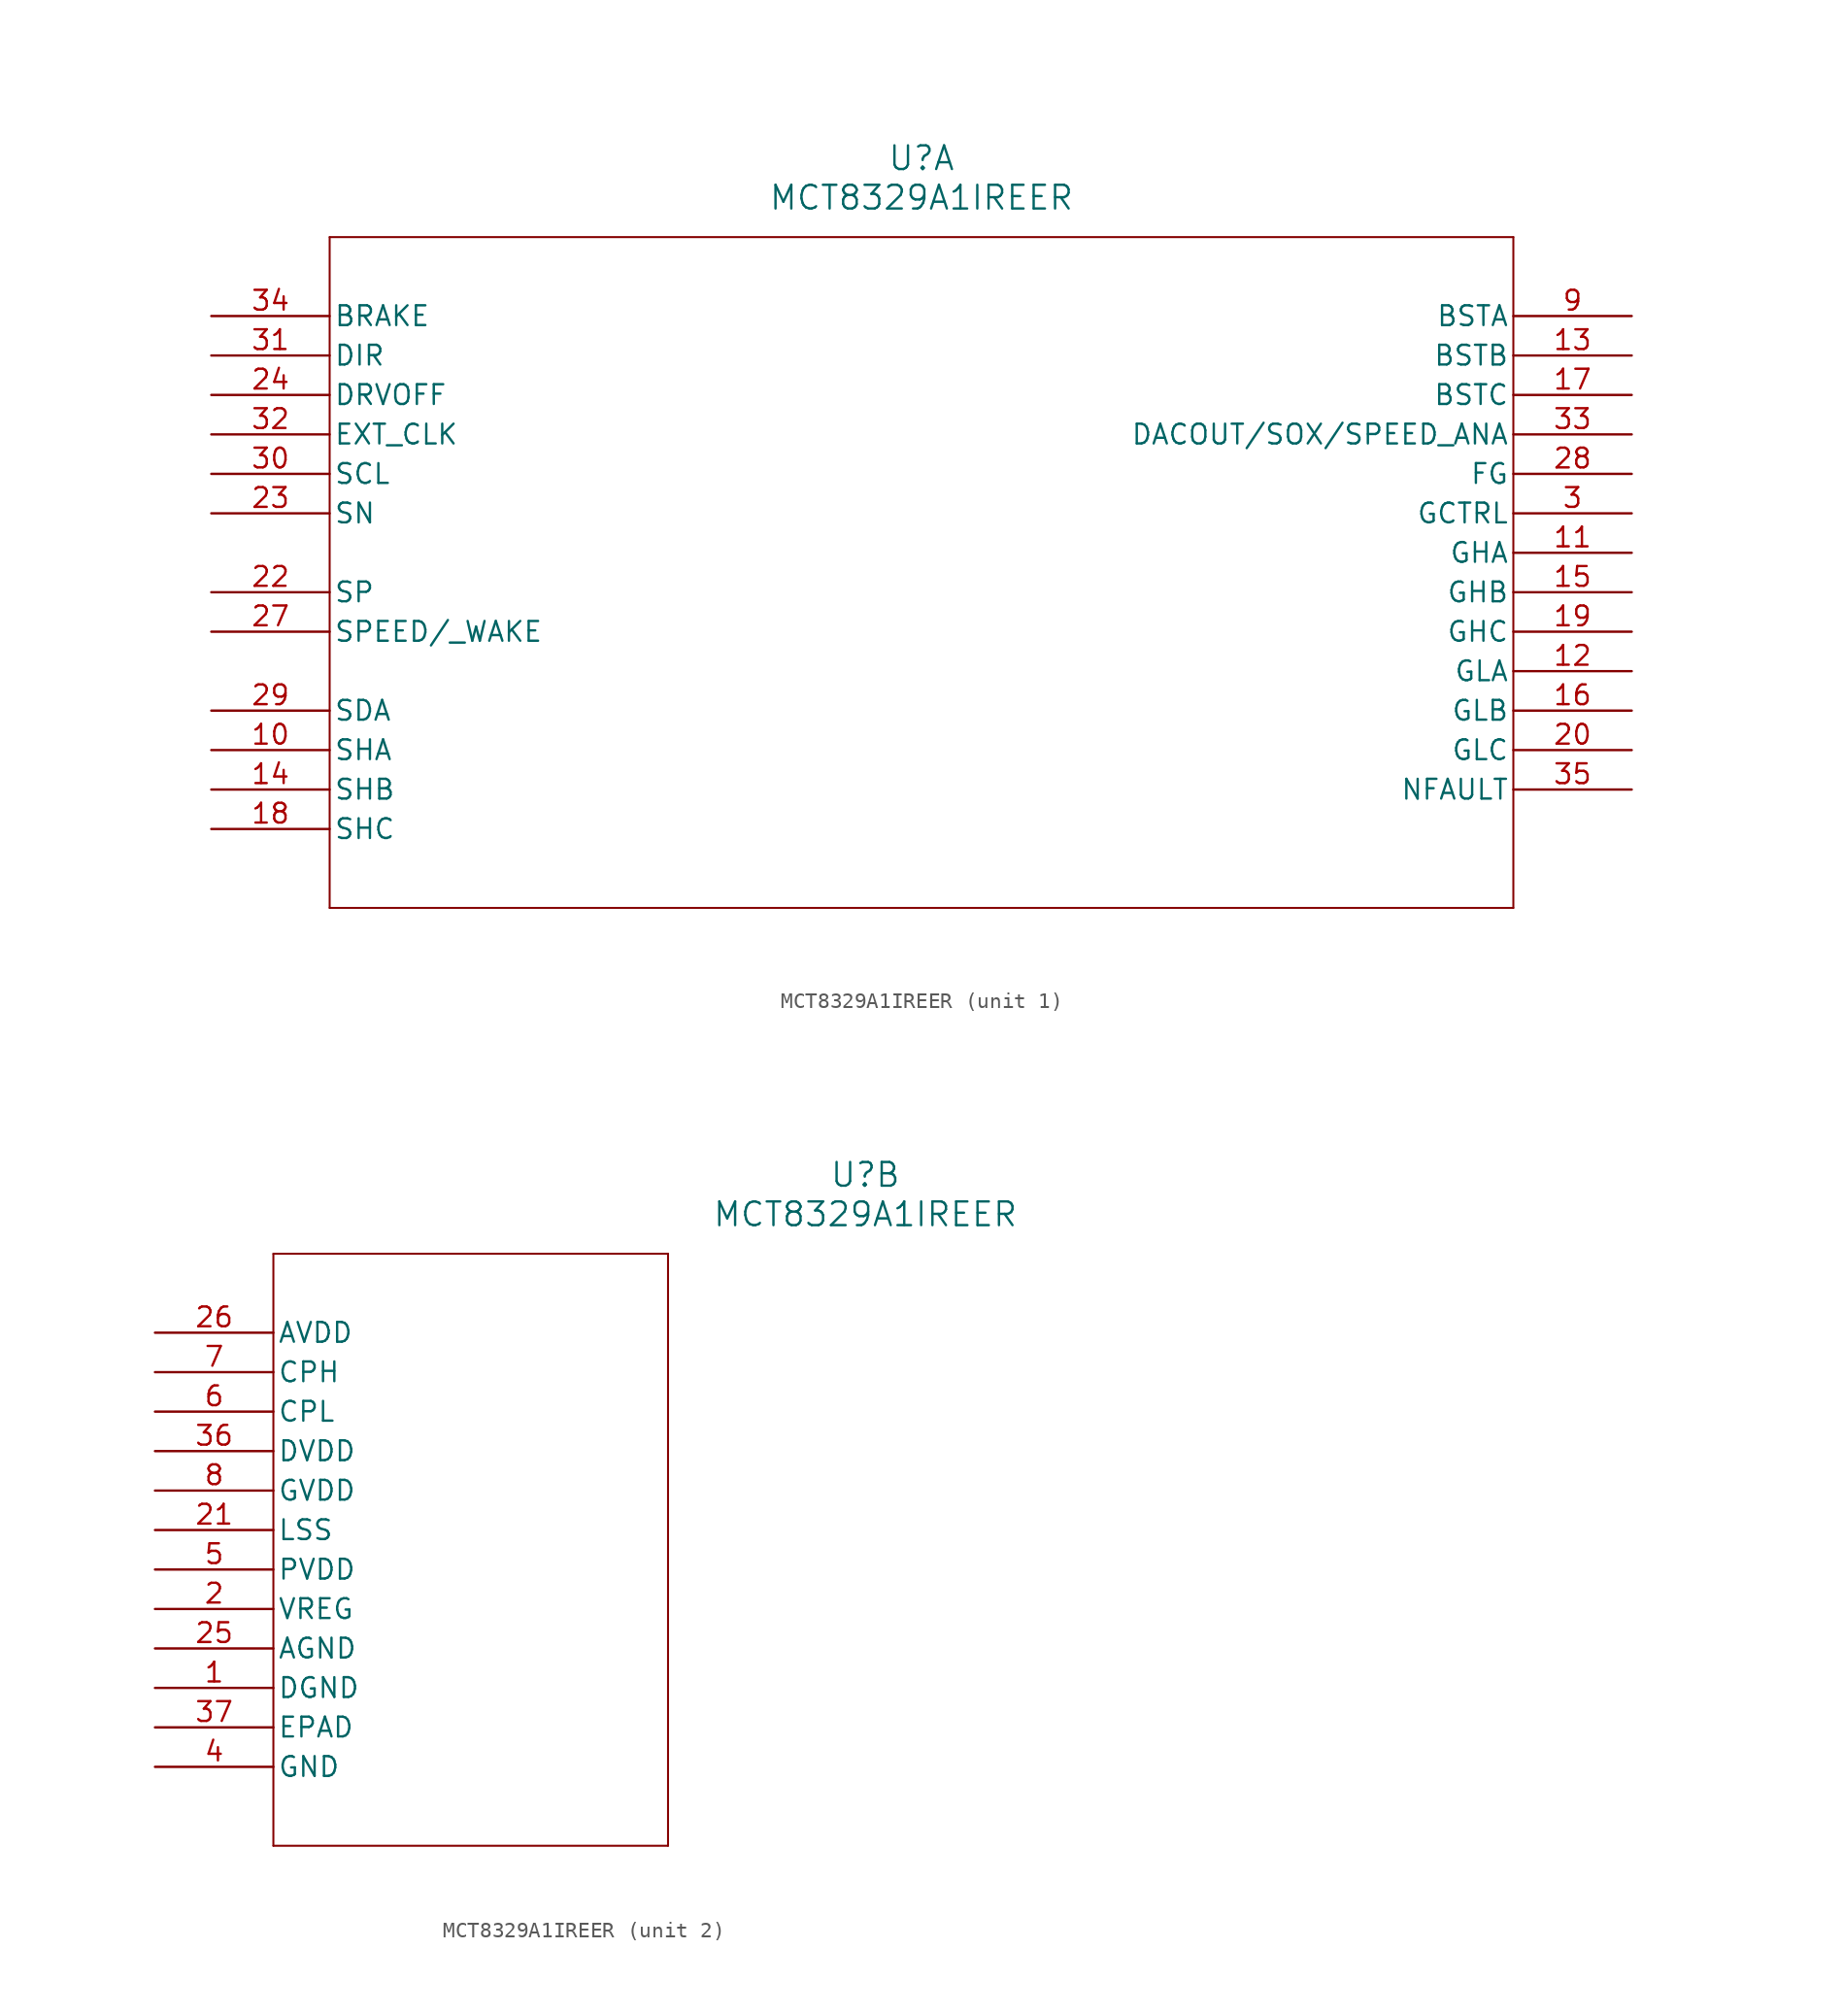
<source format=kicad_sym>
(kicad_symbol_lib
  (version 20211014)
  (generator kicad_symbol_editor)
  (symbol "MCT8329A1IREER"
    (pin_names
      (offset 0.254))
    (property "Reference" "U"
      (at 45.72 10.16 0)
      (effects (font (size 1.524 1.524))))
    (property "Value" "MCT8329A1IREER"
      (at 45.72 7.62 0)
      (effects (font (size 1.524 1.524))))
    (symbol "MCT8329A1IREER_1_1"
      (polyline (pts (xy 7.62 5.08) (xy 7.62 -38.1)) (stroke (width 0.127) (type default) (color 0 0 0 0)) (fill (type none)))
      (polyline (pts (xy 7.62 -38.1) (xy 83.82 -38.1)) (stroke (width 0.127) (type default) (color 0 0 0 0)) (fill (type none)))
      (polyline (pts (xy 83.82 -38.1) (xy 83.82 5.08)) (stroke (width 0.127) (type default) (color 0 0 0 0)) (fill (type none)))
      (polyline (pts (xy 83.82 5.08) (xy 7.62 5.08)) (stroke (width 0.127) (type default) (color 0 0 0 0)) (fill (type none)))
      (pin output line (at 91.44 -12.7 180) (length 7.62) (name "GCTRL" (effects (font (size 1.27 1.27)))) (number "3" (effects (font (size 1.27 1.27)))))
      (pin output line (at 91.44 0 180) (length 7.62) (name "BSTA" (effects (font (size 1.27 1.27)))) (number "9" (effects (font (size 1.27 1.27)))))
      (pin bidirectional line (at 0 -27.94 0) (length 7.62) (name "SHA" (effects (font (size 1.27 1.27)))) (number "10" (effects (font (size 1.27 1.27)))))
      (pin output line (at 91.44 -15.24 180) (length 7.62) (name "GHA" (effects (font (size 1.27 1.27)))) (number "11" (effects (font (size 1.27 1.27)))))
      (pin output line (at 91.44 -22.86 180) (length 7.62) (name "GLA" (effects (font (size 1.27 1.27)))) (number "12" (effects (font (size 1.27 1.27)))))
      (pin output line (at 91.44 -2.54 180) (length 7.62) (name "BSTB" (effects (font (size 1.27 1.27)))) (number "13" (effects (font (size 1.27 1.27)))))
      (pin bidirectional line (at 0 -30.48 0) (length 7.62) (name "SHB" (effects (font (size 1.27 1.27)))) (number "14" (effects (font (size 1.27 1.27)))))
      (pin output line (at 91.44 -17.78 180) (length 7.62) (name "GHB" (effects (font (size 1.27 1.27)))) (number "15" (effects (font (size 1.27 1.27)))))
      (pin output line (at 91.44 -25.4 180) (length 7.62) (name "GLB" (effects (font (size 1.27 1.27)))) (number "16" (effects (font (size 1.27 1.27)))))
      (pin output line (at 91.44 -5.08 180) (length 7.62) (name "BSTC" (effects (font (size 1.27 1.27)))) (number "17" (effects (font (size 1.27 1.27)))))
      (pin bidirectional line (at 0 -33.02 0) (length 7.62) (name "SHC" (effects (font (size 1.27 1.27)))) (number "18" (effects (font (size 1.27 1.27)))))
      (pin output line (at 91.44 -20.32 180) (length 7.62) (name "GHC" (effects (font (size 1.27 1.27)))) (number "19" (effects (font (size 1.27 1.27)))))
      (pin output line (at 91.44 -27.94 180) (length 7.62) (name "GLC" (effects (font (size 1.27 1.27)))) (number "20" (effects (font (size 1.27 1.27)))))
      (pin input line (at 0 -17.78 0) (length 7.62) (name "SP" (effects (font (size 1.27 1.27)))) (number "22" (effects (font (size 1.27 1.27)))))
      (pin input line (at 0 -12.7 0) (length 7.62) (name "SN" (effects (font (size 1.27 1.27)))) (number "23" (effects (font (size 1.27 1.27)))))
      (pin input line (at 0 -5.08 0) (length 7.62) (name "DRVOFF" (effects (font (size 1.27 1.27)))) (number "24" (effects (font (size 1.27 1.27)))))
      (pin input line (at 0 -20.32 0) (length 7.62) (name "SPEED/ WAKE" (effects (font (size 1.27 1.27)))) (number "27" (effects (font (size 1.27 1.27)))))
      (pin output line (at 91.44 -10.16 180) (length 7.62) (name "FG" (effects (font (size 1.27 1.27)))) (number "28" (effects (font (size 1.27 1.27)))))
      (pin bidirectional line (at 0 -25.4 0) (length 7.62) (name "SDA" (effects (font (size 1.27 1.27)))) (number "29" (effects (font (size 1.27 1.27)))))
      (pin input line (at 0 -10.16 0) (length 7.62) (name "SCL" (effects (font (size 1.27 1.27)))) (number "30" (effects (font (size 1.27 1.27)))))
      (pin input line (at 0 -2.54 0) (length 7.62) (name "DIR" (effects (font (size 1.27 1.27)))) (number "31" (effects (font (size 1.27 1.27)))))
      (pin input line (at 0 -7.62 0) (length 7.62) (name "EXT_CLK" (effects (font (size 1.27 1.27)))) (number "32" (effects (font (size 1.27 1.27)))))
      (pin bidirectional line (at 91.44 -7.62 180) (length 7.62) (name "DACOUT/SOX/SPEED_ANA" (effects (font (size 1.27 1.27)))) (number "33" (effects (font (size 1.27 1.27)))))
      (pin input line (at 0 0 0) (length 7.62) (name "BRAKE" (effects (font (size 1.27 1.27)))) (number "34" (effects (font (size 1.27 1.27)))))
      (pin output line (at 91.44 -30.48 180) (length 7.62) (name "NFAULT" (effects (font (size 1.27 1.27)))) (number "35" (effects (font (size 1.27 1.27))))))
    (symbol "MCT8329A1IREER_2_1"
      (polyline (pts (xy 7.62 5.08) (xy 7.62 -33.02)) (stroke (width 0.127) (type default) (color 0 0 0 0)) (fill (type none)))
      (polyline (pts (xy 7.62 -33.02) (xy 33.02 -33.02)) (stroke (width 0.127) (type default) (color 0 0 0 0)) (fill (type none)))
      (polyline (pts (xy 33.02 -33.02) (xy 33.02 5.08)) (stroke (width 0.127) (type default) (color 0 0 0 0)) (fill (type none)))
      (polyline (pts (xy 33.02 5.08) (xy 7.62 5.08)) (stroke (width 0.127) (type default) (color 0 0 0 0)) (fill (type none)))
      (pin power_out line (at 0 -22.86 0) (length 7.62) (name "DGND" (effects (font (size 1.27 1.27)))) (number "1" (effects (font (size 1.27 1.27)))))
      (pin power_in line (at 0 -17.78 0) (length 7.62) (name "VREG" (effects (font (size 1.27 1.27)))) (number "2" (effects (font (size 1.27 1.27)))))
      (pin power_out line (at 0 -27.94 0) (length 7.62) (name "GND" (effects (font (size 1.27 1.27)))) (number "4" (effects (font (size 1.27 1.27)))))
      (pin power_in line (at 0 -15.24 0) (length 7.62) (name "PVDD" (effects (font (size 1.27 1.27)))) (number "5" (effects (font (size 1.27 1.27)))))
      (pin power_in line (at 0 -5.08 0) (length 7.62) (name "CPL" (effects (font (size 1.27 1.27)))) (number "6" (effects (font (size 1.27 1.27)))))
      (pin power_in line (at 0 -2.54 0) (length 7.62) (name "CPH" (effects (font (size 1.27 1.27)))) (number "7" (effects (font (size 1.27 1.27)))))
      (pin power_in line (at 0 -10.16 0) (length 7.62) (name "GVDD" (effects (font (size 1.27 1.27)))) (number "8" (effects (font (size 1.27 1.27)))))
      (pin power_in line (at 0 -12.7 0) (length 7.62) (name "LSS" (effects (font (size 1.27 1.27)))) (number "21" (effects (font (size 1.27 1.27)))))
      (pin power_out line (at 0 -20.32 0) (length 7.62) (name "AGND" (effects (font (size 1.27 1.27)))) (number "25" (effects (font (size 1.27 1.27)))))
      (pin power_in line (at 0 0 0) (length 7.62) (name "AVDD" (effects (font (size 1.27 1.27)))) (number "26" (effects (font (size 1.27 1.27)))))
      (pin power_in line (at 0 -7.62 0) (length 7.62) (name "DVDD" (effects (font (size 1.27 1.27)))) (number "36" (effects (font (size 1.27 1.27)))))
      (pin power_out line (at 0 -25.4 0) (length 7.62) (name "EPAD" (effects (font (size 1.27 1.27)))) (number "37" (effects (font (size 1.27 1.27))))))))
</source>
